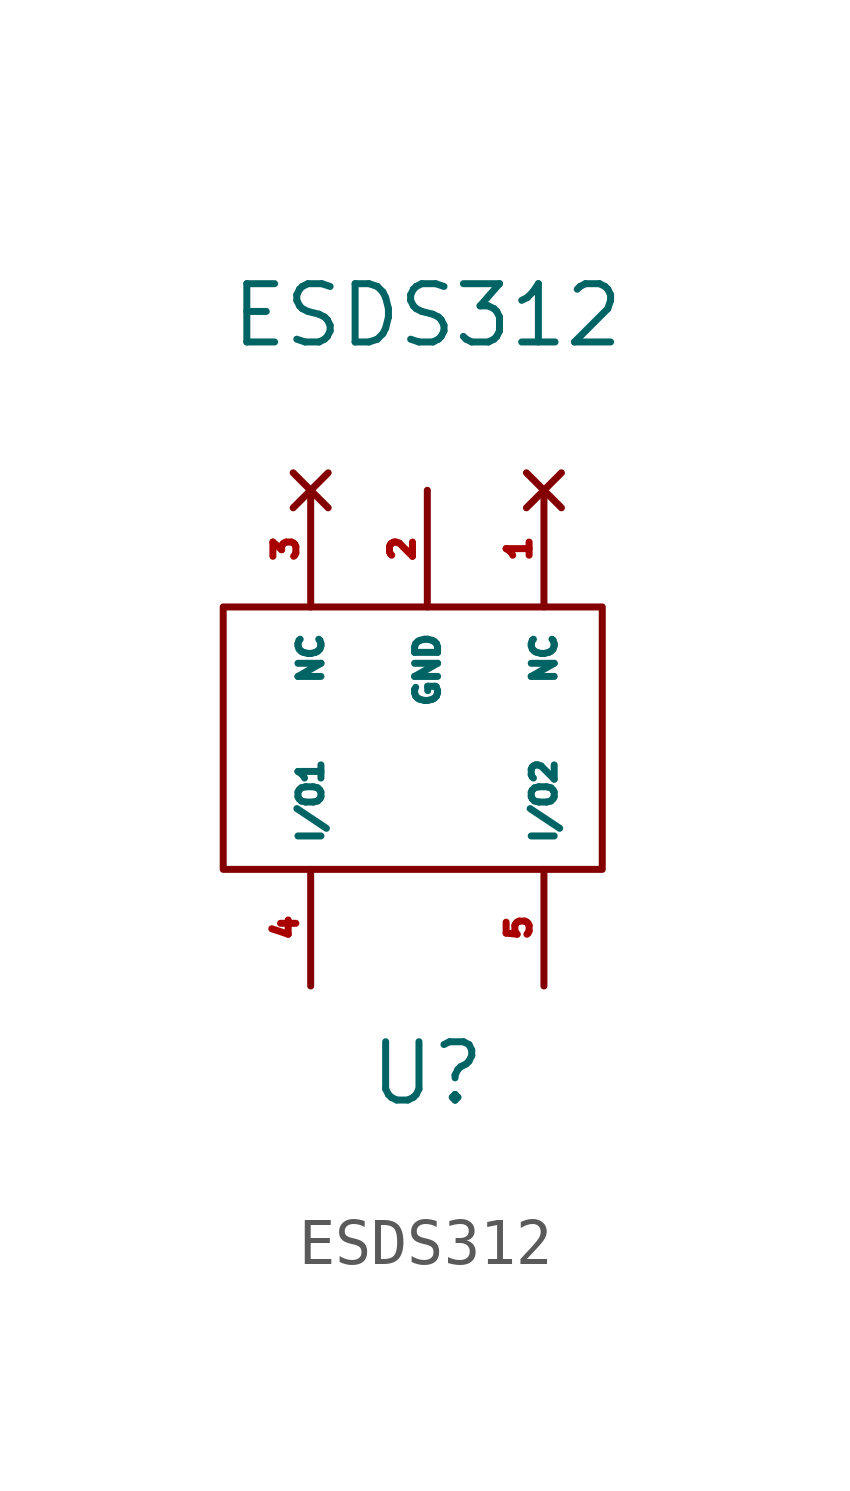
<source format=kicad_sym>
(kicad_symbol_lib
  (version 20220914)
  (generator kicad_symbol_editor)
  (symbol "ESDS312"
    (property "Reference" "U"
      (at 0 -7.62 0)
      (effects (font (size 1.27 1.27))))
    (property "Value" "ESDS312"
      (at 0 8.89 0)
      (effects (font (size 1.27 1.27))))
    (symbol "ESDS312_0_1"
      (rectangle (start -4.445 2.54) (end 3.81 -3.175) (stroke (width 0) (type default)) (fill (type none))))
    (symbol "ESDS312_1_1"
      (pin no_connect line (at 2.54 5.08 270) (length 2.54) (name "NC" (effects (font (size 0.5 0.5)))) (number "1" (effects (font (size 0.5 0.5)))))
      (pin power_out line (at 0 5.08 270) (length 2.54) (name "GND" (effects (font (size 0.5 0.5)))) (number "2" (effects (font (size 0.5 0.5)))))
      (pin no_connect line (at -2.54 5.08 270) (length 2.54) (name "NC" (effects (font (size 0.5 0.5)))) (number "3" (effects (font (size 0.5 0.5)))))
      (pin bidirectional line (at -2.54 -5.715 90) (length 2.54) (name "I/O1" (effects (font (size 0.5 0.5)))) (number "4" (effects (font (size 0.5 0.5)))))
      (pin bidirectional line (at 2.54 -5.715 90) (length 2.54) (name "I/O2" (effects (font (size 0.5 0.5)))) (number "5" (effects (font (size 0.5 0.5))))))))
</source>
